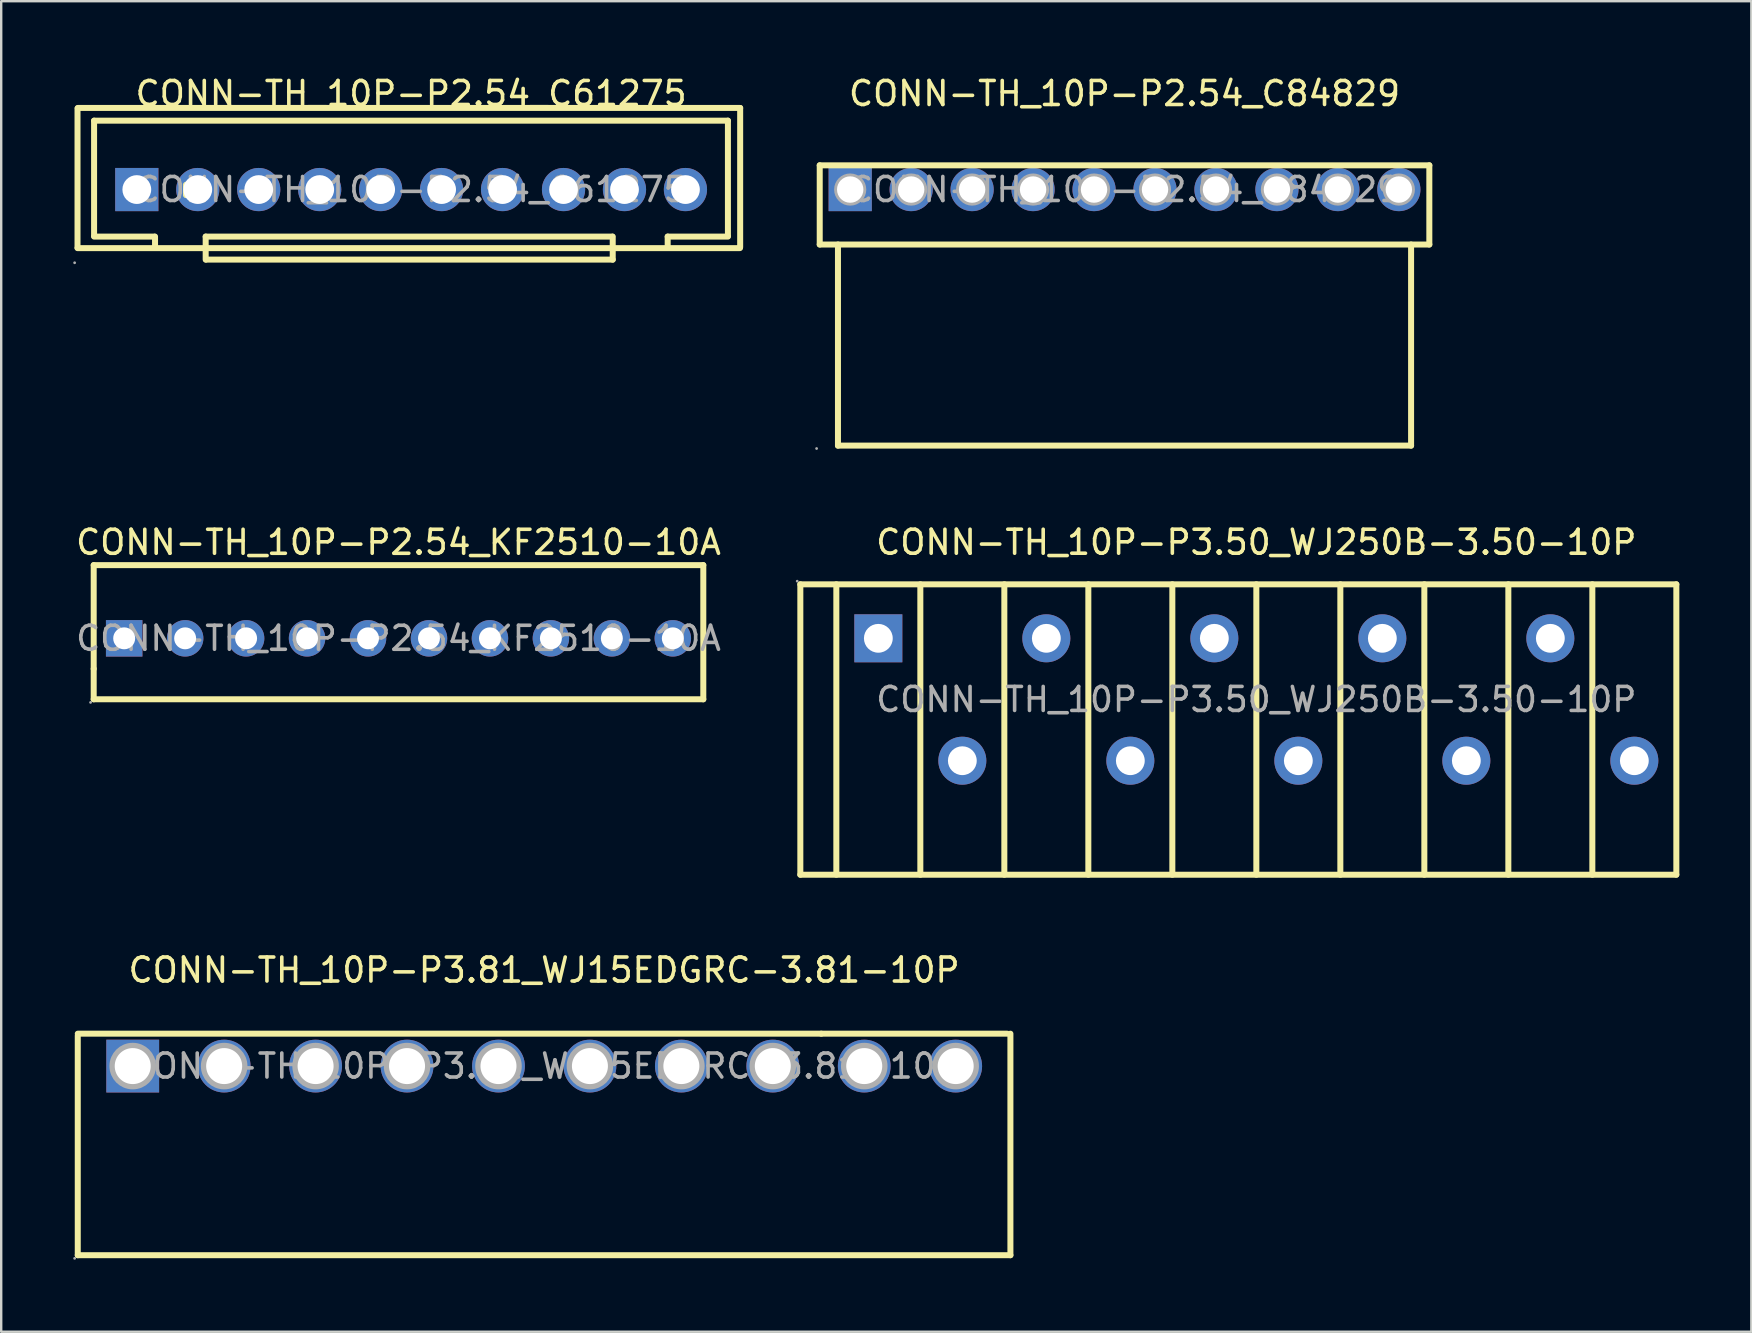
<source format=kicad_pcb>
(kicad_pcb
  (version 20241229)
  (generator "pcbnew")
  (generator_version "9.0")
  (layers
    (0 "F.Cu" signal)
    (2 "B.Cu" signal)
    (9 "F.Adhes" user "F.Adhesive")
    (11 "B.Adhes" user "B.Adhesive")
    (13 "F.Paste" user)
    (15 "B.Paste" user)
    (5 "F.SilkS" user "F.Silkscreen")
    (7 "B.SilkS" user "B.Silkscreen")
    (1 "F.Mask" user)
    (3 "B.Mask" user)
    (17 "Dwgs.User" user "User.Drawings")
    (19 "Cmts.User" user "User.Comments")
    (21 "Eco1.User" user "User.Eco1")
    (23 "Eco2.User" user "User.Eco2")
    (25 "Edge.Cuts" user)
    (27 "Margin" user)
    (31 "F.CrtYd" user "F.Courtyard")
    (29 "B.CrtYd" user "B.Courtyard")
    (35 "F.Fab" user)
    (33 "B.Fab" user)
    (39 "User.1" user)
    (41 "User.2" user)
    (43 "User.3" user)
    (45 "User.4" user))
  (footprint "CONN-TH_10P-P2.54_C84829"
    (layer "F.Cu")
    (at 43.805 4.848)
    (property "Reference" "CONN-TH_10P-P2.54_C84829" (at 0 -4 0) (layer "F.SilkS") (effects (font (size 1 1) (thickness 0.15))))
    (attr through_hole)
    (fp_line (start -12.7 -1.01) (end -12.7 2.29) (stroke (width 0.25) (type solid)) (layer "F.SilkS"))
    (fp_line (start -12.7 -1.01) (end 12.7 -1.01) (stroke (width 0.25) (type solid)) (layer "F.SilkS"))
    (fp_line (start -12.7 2.29) (end 12.7 2.29) (stroke (width 0.25) (type solid)) (layer "F.SilkS"))
    (fp_line (start -11.94 2.29) (end -11.94 10.67) (stroke (width 0.25) (type solid)) (layer "F.SilkS"))
    (fp_line (start -11.94 10.67) (end 11.94 10.67) (stroke (width 0.25) (type solid)) (layer "F.SilkS"))
    (fp_line (start 11.94 10.67) (end 11.94 2.29) (stroke (width 0.25) (type solid)) (layer "F.SilkS"))
    (fp_line (start 12.7 -1.01) (end 12.7 2.29) (stroke (width 0.25) (type solid)) (layer "F.SilkS"))
    (fp_circle (center -12.83 10.79) (end -12.8 10.79) (stroke (width 0.06) (type solid)) (fill no) (layer "F.Fab"))
    (fp_circle (center -11.43 0) (end -11.21 0) (stroke (width 0.45) (type solid)) (fill no) (layer "F.Fab"))
    (fp_circle (center -8.89 0) (end -8.67 0) (stroke (width 0.45) (type solid)) (fill no) (layer "F.Fab"))
    (fp_circle (center -6.35 0) (end -6.13 0) (stroke (width 0.45) (type solid)) (fill no) (layer "F.Fab"))
    (fp_circle (center -3.81 0) (end -3.59 0) (stroke (width 0.45) (type solid)) (fill no) (layer "F.Fab"))
    (fp_circle (center -1.27 0) (end -1.05 0) (stroke (width 0.45) (type solid)) (fill no) (layer "F.Fab"))
    (fp_circle (center 1.27 0) (end 1.49 0) (stroke (width 0.45) (type solid)) (fill no) (layer "F.Fab"))
    (fp_circle (center 3.81 0) (end 4.03 0) (stroke (width 0.45) (type solid)) (fill no) (layer "F.Fab"))
    (fp_circle (center 6.35 0) (end 6.57 0) (stroke (width 0.45) (type solid)) (fill no) (layer "F.Fab"))
    (fp_circle (center 8.89 0) (end 9.11 0) (stroke (width 0.45) (type solid)) (fill no) (layer "F.Fab"))
    (fp_circle (center 11.43 0) (end 11.65 0) (stroke (width 0.45) (type solid)) (fill no) (layer "F.Fab"))
    (fp_text user "${REFERENCE}" (at 0 0 0) (layer "F.Fab") (effects (font (size 1 1) (thickness 0.15))))
    (pad "1" thru_hole rect (at -11.43 0) (size 1.8 1.8) (drill 1.1) (layers "*.Cu" "*.Paste" "*.Mask"))
    (pad "2" thru_hole circle (at -8.89 0) (size 1.8 1.8) (drill 1.1) (layers "*.Cu" "*.Paste" "*.Mask"))
    (pad "3" thru_hole circle (at -6.35 0) (size 1.8 1.8) (drill 1.1) (layers "*.Cu" "*.Paste" "*.Mask"))
    (pad "4" thru_hole circle (at -3.81 0) (size 1.8 1.8) (drill 1.1) (layers "*.Cu" "*.Paste" "*.Mask"))
    (pad "5" thru_hole circle (at -1.27 0) (size 1.8 1.8) (drill 1.1) (layers "*.Cu" "*.Paste" "*.Mask"))
    (pad "6" thru_hole circle (at 1.27 0) (size 1.8 1.8) (drill 1.1) (layers "*.Cu" "*.Paste" "*.Mask"))
    (pad "7" thru_hole circle (at 3.81 0) (size 1.8 1.8) (drill 1.1) (layers "*.Cu" "*.Paste" "*.Mask"))
    (pad "8" thru_hole circle (at 6.35 0) (size 1.8 1.8) (drill 1.1) (layers "*.Cu" "*.Paste" "*.Mask"))
    (pad "9" thru_hole circle (at 8.89 0) (size 1.8 1.8) (drill 1.1) (layers "*.Cu" "*.Paste" "*.Mask"))
    (pad "10" thru_hole circle (at 11.43 0) (size 1.8 1.8) (drill 1.1) (layers "*.Cu" "*.Paste" "*.Mask")))
  (footprint "CONN-TH_10P-P3.81_WJ15EDGRC-3.81-10P"
    (layer "F.Cu")
    (at 19.62 41.37)
    (property "Reference" "CONN-TH_10P-P3.81_WJ15EDGRC-3.81-10P" (at 0 -4 0) (layer "F.SilkS") (effects (font (size 1 1) (thickness 0.15))))
    (attr through_hole)
    (fp_line (start -19.43 -1.35) (end 11.55 -1.35) (stroke (width 0.25) (type solid)) (layer "F.SilkS"))
    (fp_line (start -19.43 -1.27) (end -19.43 7.88) (stroke (width 0.25) (type solid)) (layer "F.SilkS"))
    (fp_line (start -19.43 7.88) (end 19.43 7.88) (stroke (width 0.25) (type solid)) (layer "F.SilkS"))
    (fp_line (start 11.55 -1.35) (end 19.3 -1.35) (stroke (width 0.25) (type solid)) (layer "F.SilkS"))
    (fp_line (start 19.43 -1.35) (end 19.43 7.88) (stroke (width 0.25) (type solid)) (layer "F.SilkS"))
    (fp_circle (center -19.56 8.01) (end -19.53 8.01) (stroke (width 0.06) (type solid)) (fill no) (layer "F.Fab"))
    (fp_circle (center -17.14 0) (end -16.82 0) (stroke (width 0.65) (type solid)) (fill no) (layer "F.Fab"))
    (fp_circle (center -13.33 0) (end -13.01 0) (stroke (width 0.65) (type solid)) (fill no) (layer "F.Fab"))
    (fp_circle (center -9.52 0) (end -9.2 0) (stroke (width 0.65) (type solid)) (fill no) (layer "F.Fab"))
    (fp_circle (center -5.71 0) (end -5.39 0) (stroke (width 0.65) (type solid)) (fill no) (layer "F.Fab"))
    (fp_circle (center -1.9 0) (end -1.58 0) (stroke (width 0.65) (type solid)) (fill no) (layer "F.Fab"))
    (fp_circle (center 1.91 0) (end 2.23 0) (stroke (width 0.65) (type solid)) (fill no) (layer "F.Fab"))
    (fp_circle (center 5.72 0) (end 6.04 0) (stroke (width 0.65) (type solid)) (fill no) (layer "F.Fab"))
    (fp_circle (center 9.53 0) (end 9.85 0) (stroke (width 0.65) (type solid)) (fill no) (layer "F.Fab"))
    (fp_circle (center 13.34 0) (end 13.66 0) (stroke (width 0.65) (type solid)) (fill no) (layer "F.Fab"))
    (fp_circle (center 17.15 0) (end 17.47 0) (stroke (width 0.65) (type solid)) (fill no) (layer "F.Fab"))
    (fp_text user "${REFERENCE}" (at 0 0 0) (layer "F.Fab") (effects (font (size 1 1) (thickness 0.15))))
    (pad "1" thru_hole rect (at -17.14 0) (size 2.2 2.2) (drill 1.5) (layers "*.Cu" "*.Paste" "*.Mask"))
    (pad "2" thru_hole circle (at -13.33 0) (size 2.2 2.2) (drill 1.5) (layers "*.Cu" "*.Paste" "*.Mask"))
    (pad "3" thru_hole circle (at -9.52 0) (size 2.2 2.2) (drill 1.5) (layers "*.Cu" "*.Paste" "*.Mask"))
    (pad "4" thru_hole circle (at -5.71 0) (size 2.2 2.2) (drill 1.5) (layers "*.Cu" "*.Paste" "*.Mask"))
    (pad "5" thru_hole circle (at -1.9 0) (size 2.2 2.2) (drill 1.5) (layers "*.Cu" "*.Paste" "*.Mask"))
    (pad "6" thru_hole circle (at 1.91 0) (size 2.2 2.2) (drill 1.5) (layers "*.Cu" "*.Paste" "*.Mask"))
    (pad "7" thru_hole circle (at 5.72 0) (size 2.2 2.2) (drill 1.5) (layers "*.Cu" "*.Paste" "*.Mask"))
    (pad "8" thru_hole circle (at 9.53 0) (size 2.2 2.2) (drill 1.5) (layers "*.Cu" "*.Paste" "*.Mask"))
    (pad "9" thru_hole circle (at 13.34 0) (size 2.2 2.2) (drill 1.5) (layers "*.Cu" "*.Paste" "*.Mask"))
    (pad "10" thru_hole circle (at 17.15 0) (size 2.2 2.2) (drill 1.5) (layers "*.Cu" "*.Paste" "*.Mask")))
  (footprint "CONN-TH_10P-P2.54_KF2510-10A"
    (layer "F.Cu")
    (at 13.554 23.547)
    (property "Reference" "CONN-TH_10P-P2.54_KF2510-10A" (at 0 -4 0) (layer "F.SilkS") (effects (font (size 1 1) (thickness 0.15))))
    (attr through_hole)
    (fp_line (start -12.7 -3.05) (end -12.7 1.27) (stroke (width 0.25) (type solid)) (layer "F.SilkS"))
    (fp_line (start -12.7 1.27) (end -12.7 2.54) (stroke (width 0.25) (type solid)) (layer "F.SilkS"))
    (fp_line (start -12.7 2.54) (end 12.7 2.54) (stroke (width 0.25) (type solid)) (layer "F.SilkS"))
    (fp_line (start 12.7 -3.05) (end -12.7 -3.05) (stroke (width 0.25) (type solid)) (layer "F.SilkS"))
    (fp_line (start 12.7 2.54) (end 12.7 -3.05) (stroke (width 0.25) (type solid)) (layer "F.SilkS"))
    (fp_circle (center -12.83 2.67) (end -12.8 2.67) (stroke (width 0.06) (type solid)) (fill no) (layer "F.Fab"))
    (fp_circle (center -11.43 0) (end -11.25 0) (stroke (width 0.36) (type solid)) (fill no) (layer "F.Fab"))
    (fp_circle (center -8.89 0) (end -8.71 0) (stroke (width 0.36) (type solid)) (fill no) (layer "F.Fab"))
    (fp_circle (center -6.35 0) (end -6.17 0) (stroke (width 0.36) (type solid)) (fill no) (layer "F.Fab"))
    (fp_circle (center -3.81 0) (end -3.63 0) (stroke (width 0.36) (type solid)) (fill no) (layer "F.Fab"))
    (fp_circle (center -1.27 0) (end -1.09 0) (stroke (width 0.36) (type solid)) (fill no) (layer "F.Fab"))
    (fp_circle (center 1.27 0) (end 1.45 0) (stroke (width 0.36) (type solid)) (fill no) (layer "F.Fab"))
    (fp_circle (center 3.81 0) (end 3.99 0) (stroke (width 0.36) (type solid)) (fill no) (layer "F.Fab"))
    (fp_circle (center 6.35 0) (end 6.53 0) (stroke (width 0.36) (type solid)) (fill no) (layer "F.Fab"))
    (fp_circle (center 8.89 0) (end 9.07 0) (stroke (width 0.36) (type solid)) (fill no) (layer "F.Fab"))
    (fp_circle (center 11.43 0) (end 11.61 0) (stroke (width 0.36) (type solid)) (fill no) (layer "F.Fab"))
    (fp_text user "${REFERENCE}" (at 0 0 0) (layer "F.Fab") (effects (font (size 1 1) (thickness 0.15))))
    (pad "1" thru_hole rect (at -11.43 0 90) (size 1.52 1.52) (drill 0.914) (layers "*.Cu" "*.Paste" "*.Mask"))
    (pad "2" thru_hole circle (at -8.89 0 90) (size 1.52 1.52) (drill 0.914) (layers "*.Cu" "*.Paste" "*.Mask"))
    (pad "3" thru_hole circle (at -6.35 0 90) (size 1.52 1.52) (drill 0.914) (layers "*.Cu" "*.Paste" "*.Mask"))
    (pad "4" thru_hole circle (at -3.81 0 90) (size 1.52 1.52) (drill 0.914) (layers "*.Cu" "*.Paste" "*.Mask"))
    (pad "5" thru_hole circle (at -1.27 0 90) (size 1.52 1.52) (drill 0.914) (layers "*.Cu" "*.Paste" "*.Mask"))
    (pad "6" thru_hole circle (at 1.27 0 90) (size 1.52 1.52) (drill 0.914) (layers "*.Cu" "*.Paste" "*.Mask"))
    (pad "7" thru_hole circle (at 3.81 0 90) (size 1.52 1.52) (drill 0.914) (layers "*.Cu" "*.Paste" "*.Mask"))
    (pad "8" thru_hole circle (at 6.35 0 90) (size 1.52 1.52) (drill 0.914) (layers "*.Cu" "*.Paste" "*.Mask"))
    (pad "9" thru_hole circle (at 8.89 0 90) (size 1.52 1.52) (drill 0.914) (layers "*.Cu" "*.Paste" "*.Mask"))
    (pad "10" thru_hole circle (at 11.43 0 90) (size 1.52 1.52) (drill 0.914) (layers "*.Cu" "*.Paste" "*.Mask")))
  (footprint "CONN-TH_10P-P2.54_C61275"
    (layer "F.Cu")
    (at 14.08 4.848)
    (property "Reference" "CONN-TH_10P-P2.54_C61275" (at 0 -4 0) (layer "F.SilkS") (effects (font (size 1 1) (thickness 0.15))))
    (attr through_hole)
    (fp_line (start -13.9 -3.38) (end -13.9 2.42) (stroke (width 0.25) (type solid)) (layer "F.SilkS"))
    (fp_line (start -13.9 2.44) (end 13.7 2.44) (stroke (width 0.25) (type solid)) (layer "F.SilkS"))
    (fp_line (start -13.89 -3.4) (end 13.71 -3.4) (stroke (width 0.25) (type solid)) (layer "F.SilkS"))
    (fp_line (start -13.21 -2.87) (end -13.21 1.93) (stroke (width 0.25) (type solid)) (layer "F.SilkS"))
    (fp_line (start -13.21 -2.87) (end 13.2 -2.87) (stroke (width 0.25) (type solid)) (layer "F.SilkS"))
    (fp_line (start -13.21 1.96) (end -10.7 1.96) (stroke (width 0.25) (type solid)) (layer "F.SilkS"))
    (fp_line (start -10.67 1.96) (end -10.67 2.39) (stroke (width 0.25) (type solid)) (layer "F.SilkS"))
    (fp_line (start -9.38 -0.2) (end -9.38 0.23) (stroke (width 0.25) (type solid)) (layer "F.SilkS"))
    (fp_line (start -8.56 1.96) (end -8.56 2.39) (stroke (width 0.25) (type solid)) (layer "F.SilkS"))
    (fp_line (start -8.56 1.96) (end 8.38 1.96) (stroke (width 0.25) (type solid)) (layer "F.SilkS"))
    (fp_line (start -8.56 2.92) (end -8.56 2.49) (stroke (width 0.25) (type solid)) (layer "F.SilkS"))
    (fp_line (start 8.4 1.96) (end 8.4 2.39) (stroke (width 0.25) (type solid)) (layer "F.SilkS"))
    (fp_line (start 8.4 2.92) (end -8.54 2.92) (stroke (width 0.25) (type solid)) (layer "F.SilkS"))
    (fp_line (start 8.4 2.92) (end 8.4 2.49) (stroke (width 0.25) (type solid)) (layer "F.SilkS"))
    (fp_line (start 10.69 1.96) (end 10.69 2.39) (stroke (width 0.25) (type solid)) (layer "F.SilkS"))
    (fp_line (start 10.69 1.96) (end 13.2 1.96) (stroke (width 0.25) (type solid)) (layer "F.SilkS"))
    (fp_line (start 13.2 -2.87) (end 13.2 1.93) (stroke (width 0.25) (type solid)) (layer "F.SilkS"))
    (fp_line (start 13.71 -3.4) (end 13.71 2.4) (stroke (width 0.25) (type solid)) (layer "F.SilkS"))
    (fp_circle (center -14.02 3.05) (end -13.99 3.05) (stroke (width 0.06) (type solid)) (fill no) (layer "F.Fab"))
    (fp_circle (center -11.43 0) (end -11.18 0) (stroke (width 0.5) (type solid)) (fill no) (layer "F.Fab"))
    (fp_circle (center -8.89 0) (end -8.64 0) (stroke (width 0.5) (type solid)) (fill no) (layer "F.Fab"))
    (fp_circle (center -6.35 0) (end -6.1 0) (stroke (width 0.5) (type solid)) (fill no) (layer "F.Fab"))
    (fp_circle (center -3.81 0) (end -3.56 0) (stroke (width 0.5) (type solid)) (fill no) (layer "F.Fab"))
    (fp_circle (center -1.27 0) (end -1.02 0) (stroke (width 0.5) (type solid)) (fill no) (layer "F.Fab"))
    (fp_circle (center 1.27 0) (end 1.52 0) (stroke (width 0.5) (type solid)) (fill no) (layer "F.Fab"))
    (fp_circle (center 3.81 0) (end 4.06 0) (stroke (width 0.5) (type solid)) (fill no) (layer "F.Fab"))
    (fp_circle (center 6.35 0) (end 6.6 0) (stroke (width 0.5) (type solid)) (fill no) (layer "F.Fab"))
    (fp_circle (center 8.89 0) (end 9.14 0) (stroke (width 0.5) (type solid)) (fill no) (layer "F.Fab"))
    (fp_circle (center 11.43 0) (end 11.68 0) (stroke (width 0.5) (type solid)) (fill no) (layer "F.Fab"))
    (fp_text user "${REFERENCE}" (at 0 0 0) (layer "F.Fab") (effects (font (size 1 1) (thickness 0.15))))
    (pad "1" thru_hole rect (at -11.43 0) (size 1.8 1.8) (drill 1.199) (layers "*.Cu" "*.Paste" "*.Mask"))
    (pad "2" thru_hole circle (at -8.89 0) (size 1.8 1.8) (drill 1.199) (layers "*.Cu" "*.Paste" "*.Mask"))
    (pad "3" thru_hole circle (at -6.35 0) (size 1.8 1.8) (drill 1.199) (layers "*.Cu" "*.Paste" "*.Mask"))
    (pad "4" thru_hole circle (at -3.81 0) (size 1.8 1.8) (drill 1.199) (layers "*.Cu" "*.Paste" "*.Mask"))
    (pad "5" thru_hole circle (at -1.27 0) (size 1.8 1.8) (drill 1.199) (layers "*.Cu" "*.Paste" "*.Mask"))
    (pad "6" thru_hole circle (at 1.27 0) (size 1.8 1.8) (drill 1.199) (layers "*.Cu" "*.Paste" "*.Mask"))
    (pad "7" thru_hole circle (at 3.81 0) (size 1.8 1.8) (drill 1.199) (layers "*.Cu" "*.Paste" "*.Mask"))
    (pad "8" thru_hole circle (at 6.35 0) (size 1.8 1.8) (drill 1.199) (layers "*.Cu" "*.Paste" "*.Mask"))
    (pad "9" thru_hole circle (at 8.89 0) (size 1.8 1.8) (drill 1.199) (layers "*.Cu" "*.Paste" "*.Mask"))
    (pad "10" thru_hole circle (at 11.43 0) (size 1.8 1.8) (drill 1.199) (layers "*.Cu" "*.Paste" "*.Mask")))
  (footprint "CONN-TH_10P-P3.50_WJ250B-3.50-10P"
    (layer "F.Cu")
    (at 49.297 26.096)
    (property "Reference" "CONN-TH_10P-P3.50_WJ250B-3.50-10P" (at 0 -6.55 0) (layer "F.SilkS") (effects (font (size 1 1) (thickness 0.15))))
    (attr through_hole)
    (fp_line (start -19 -4.8) (end 17.5 -4.8) (stroke (width 0.25) (type solid)) (layer "F.SilkS"))
    (fp_line (start -19 7.3) (end -19 -4.8) (stroke (width 0.25) (type solid)) (layer "F.SilkS"))
    (fp_line (start -17.5 7.3) (end -17.5 -4.8) (stroke (width 0.25) (type solid)) (layer "F.SilkS"))
    (fp_line (start -14 7.3) (end -14 -4.8) (stroke (width 0.25) (type solid)) (layer "F.SilkS"))
    (fp_line (start -10.5 7.3) (end -10.5 -4.8) (stroke (width 0.25) (type solid)) (layer "F.SilkS"))
    (fp_line (start -7 7.3) (end -7 -4.8) (stroke (width 0.25) (type solid)) (layer "F.SilkS"))
    (fp_line (start -3.5 7.3) (end -3.5 -4.8) (stroke (width 0.25) (type solid)) (layer "F.SilkS"))
    (fp_line (start 0 7.3) (end 0 -4.8) (stroke (width 0.25) (type solid)) (layer "F.SilkS"))
    (fp_line (start 3.5 7.3) (end 3.5 -4.8) (stroke (width 0.25) (type solid)) (layer "F.SilkS"))
    (fp_line (start 7 7.3) (end 7 -4.8) (stroke (width 0.25) (type solid)) (layer "F.SilkS"))
    (fp_line (start 10.5 7.3) (end 10.5 -4.8) (stroke (width 0.25) (type solid)) (layer "F.SilkS"))
    (fp_line (start 14 7.3) (end 14 -4.8) (stroke (width 0.25) (type solid)) (layer "F.SilkS"))
    (fp_line (start 17.5 7.3) (end -19 7.3) (stroke (width 0.25) (type solid)) (layer "F.SilkS"))
    (fp_line (start 17.5 7.3) (end 17.5 -4.8) (stroke (width 0.25) (type solid)) (layer "F.SilkS"))
    (fp_circle (center -19.13 -4.93) (end -19.1 -4.93) (stroke (width 0.06) (type solid)) (fill no) (layer "F.Fab"))
    (fp_circle (center -15.75 -2.55) (end -15.5 -2.55) (stroke (width 0.5) (type solid)) (fill no) (layer "F.Fab"))
    (fp_circle (center -12.25 2.55) (end -12 2.55) (stroke (width 0.5) (type solid)) (fill no) (layer "F.Fab"))
    (fp_circle (center -8.75 -2.55) (end -8.5 -2.55) (stroke (width 0.5) (type solid)) (fill no) (layer "F.Fab"))
    (fp_circle (center -5.25 2.55) (end -5 2.55) (stroke (width 0.5) (type solid)) (fill no) (layer "F.Fab"))
    (fp_circle (center -1.75 -2.55) (end -1.5 -2.55) (stroke (width 0.5) (type solid)) (fill no) (layer "F.Fab"))
    (fp_circle (center 1.75 2.55) (end 2 2.55) (stroke (width 0.5) (type solid)) (fill no) (layer "F.Fab"))
    (fp_circle (center 5.25 -2.55) (end 5.5 -2.55) (stroke (width 0.5) (type solid)) (fill no) (layer "F.Fab"))
    (fp_circle (center 8.75 2.55) (end 9 2.55) (stroke (width 0.5) (type solid)) (fill no) (layer "F.Fab"))
    (fp_circle (center 12.25 -2.55) (end 12.5 -2.55) (stroke (width 0.5) (type solid)) (fill no) (layer "F.Fab"))
    (fp_circle (center 15.75 2.55) (end 16 2.55) (stroke (width 0.5) (type solid)) (fill no) (layer "F.Fab"))
    (fp_text user "${REFERENCE}" (at 0 0 0) (layer "F.Fab") (effects (font (size 1 1) (thickness 0.15))))
    (pad "1" thru_hole rect (at -15.75 -2.55) (size 2 2) (drill 1.2) (layers "*.Cu" "*.Paste" "*.Mask"))
    (pad "2" thru_hole circle (at -12.25 2.55 180) (size 2 2) (drill 1.2) (layers "*.Cu" "*.Paste" "*.Mask"))
    (pad "3" thru_hole circle (at -8.75 -2.55 180) (size 2 2) (drill 1.2) (layers "*.Cu" "*.Paste" "*.Mask"))
    (pad "4" thru_hole circle (at -5.25 2.55) (size 2 2) (drill 1.2) (layers "*.Cu" "*.Paste" "*.Mask"))
    (pad "5" thru_hole circle (at -1.75 -2.55) (size 2 2) (drill 1.2) (layers "*.Cu" "*.Paste" "*.Mask"))
    (pad "6" thru_hole circle (at 1.75 2.55) (size 2 2) (drill 1.2) (layers "*.Cu" "*.Paste" "*.Mask"))
    (pad "7" thru_hole circle (at 5.25 -2.55 180) (size 2 2) (drill 1.2) (layers "*.Cu" "*.Paste" "*.Mask"))
    (pad "8" thru_hole circle (at 8.75 2.55) (size 2 2) (drill 1.2) (layers "*.Cu" "*.Paste" "*.Mask"))
    (pad "9" thru_hole circle (at 12.25 -2.55) (size 2 2) (drill 1.2) (layers "*.Cu" "*.Paste" "*.Mask"))
    (pad "10" thru_hole circle (at 15.75 2.55) (size 2 2) (drill 1.2) (layers "*.Cu" "*.Paste" "*.Mask")))
  (gr_rect
    (start -3 -3)
    (end 69.922 52.44)
    (stroke (width 0.1) (type default))
    (fill no)
    (layer "Edge.Cuts")))
</source>
